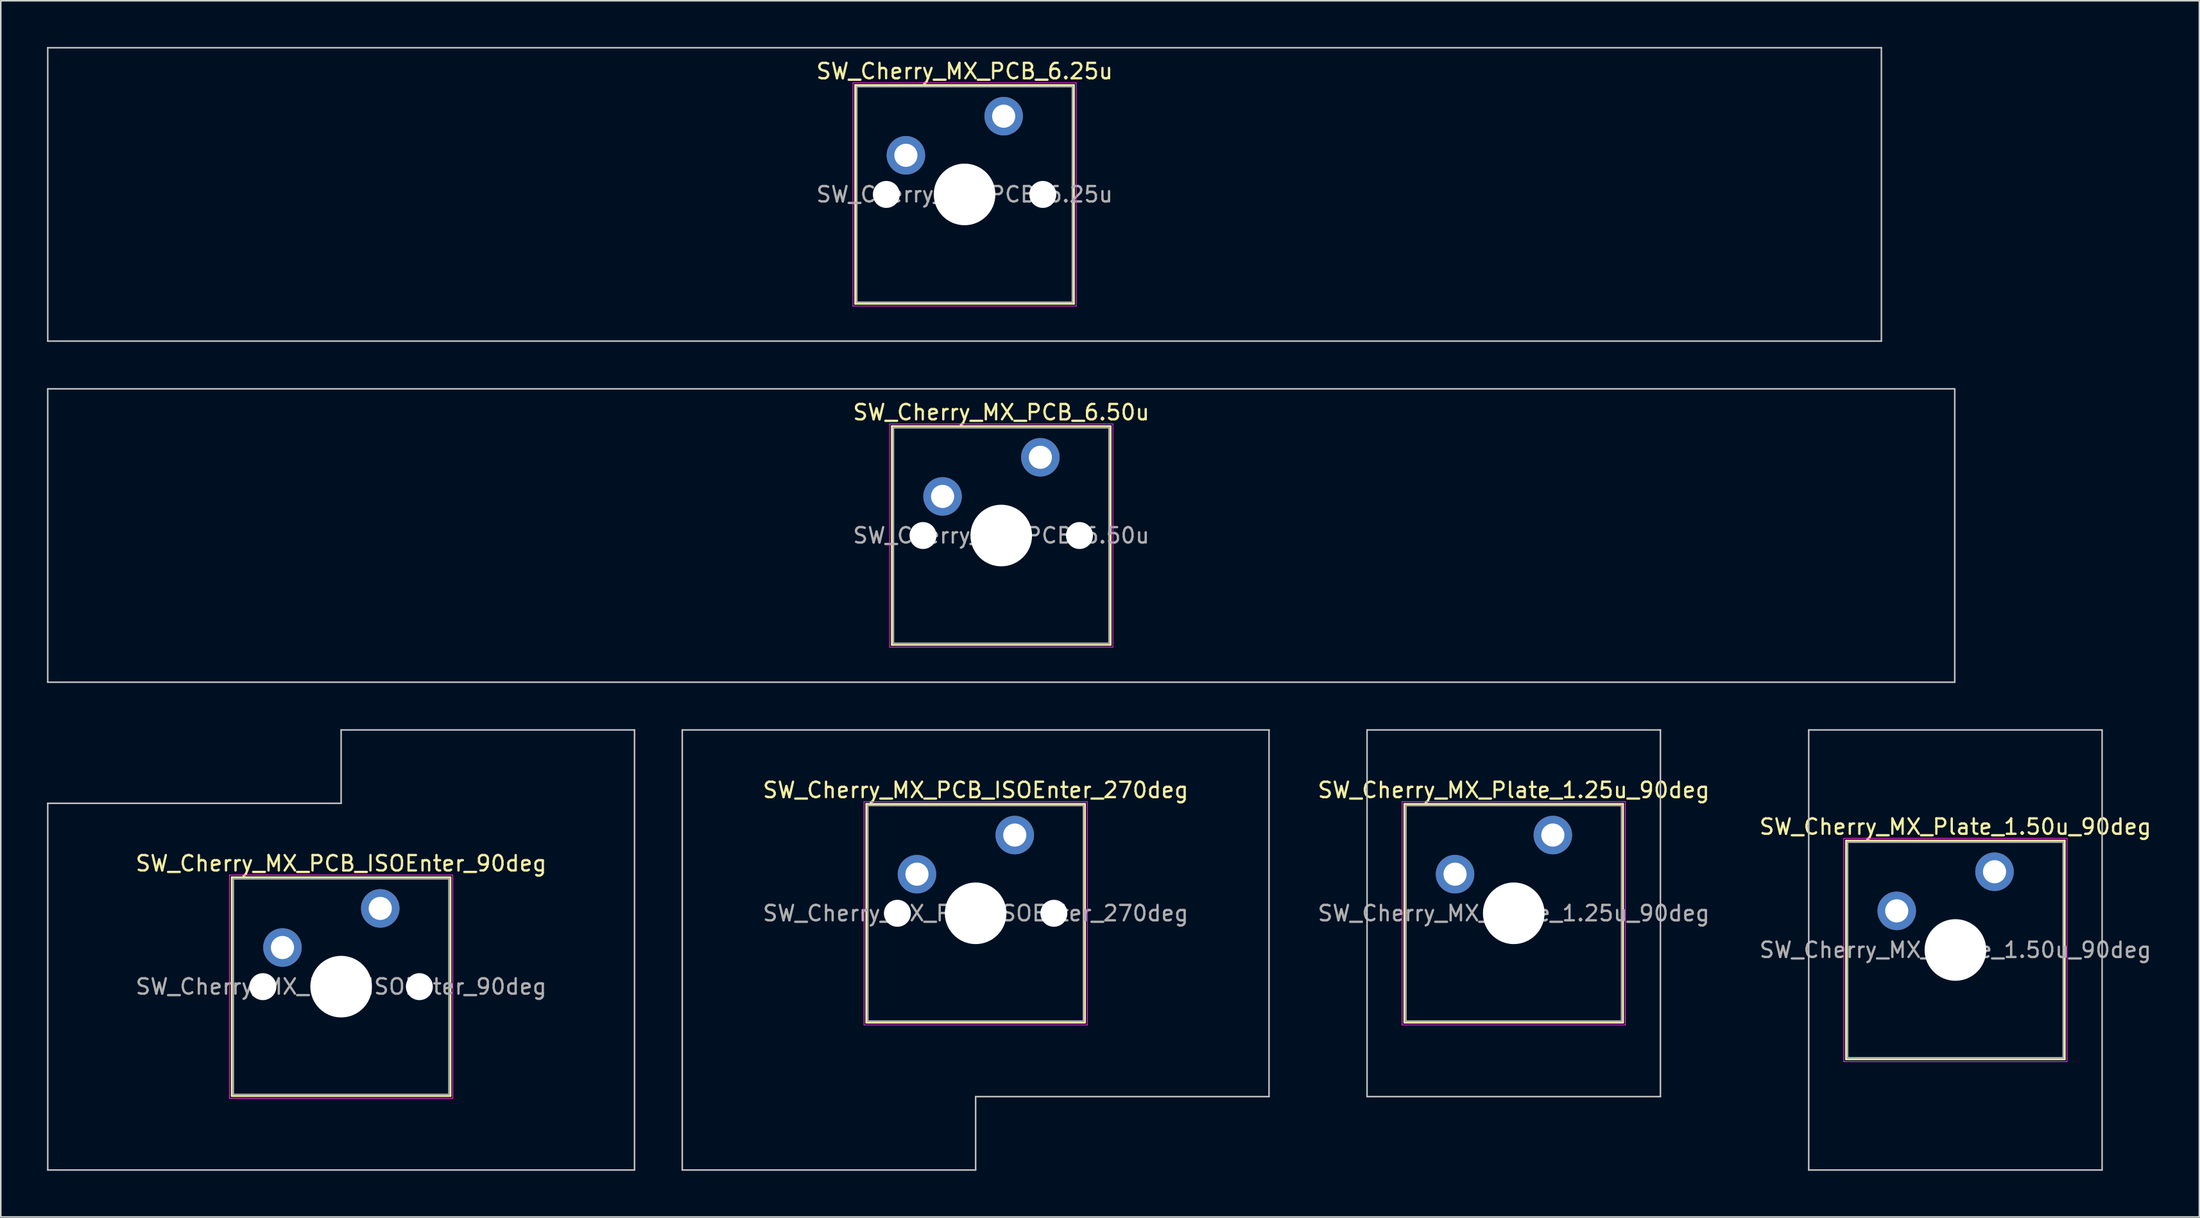
<source format=kicad_pcb>
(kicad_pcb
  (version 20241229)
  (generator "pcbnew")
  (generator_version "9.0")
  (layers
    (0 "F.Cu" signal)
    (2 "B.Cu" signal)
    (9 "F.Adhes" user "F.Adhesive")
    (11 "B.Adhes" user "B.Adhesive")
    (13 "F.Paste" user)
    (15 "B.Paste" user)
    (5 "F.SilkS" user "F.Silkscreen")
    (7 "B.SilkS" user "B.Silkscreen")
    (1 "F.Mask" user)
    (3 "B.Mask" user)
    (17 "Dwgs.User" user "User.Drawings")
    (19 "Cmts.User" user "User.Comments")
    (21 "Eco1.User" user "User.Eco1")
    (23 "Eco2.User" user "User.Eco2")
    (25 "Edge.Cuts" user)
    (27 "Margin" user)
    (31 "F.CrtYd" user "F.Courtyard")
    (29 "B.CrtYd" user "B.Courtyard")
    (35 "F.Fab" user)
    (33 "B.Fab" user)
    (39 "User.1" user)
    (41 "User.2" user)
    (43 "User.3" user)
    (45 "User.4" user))
  (footprint "SW_Cherry_MX_Plate_1.50u_90deg"
    (layer "F.Cu")
    (at 123.918 58.638)
    (property "Reference" "SW_Cherry_MX_Plate_1.50u_90deg" (at 0 -8 0) (layer "F.SilkS") (effects (font (size 1 1) (thickness 0.15))))
    (attr through_hole)
    (fp_line (start -7.1 -7.1) (end -7.1 7.1) (stroke (width 0.12) (type solid)) (layer "F.SilkS"))
    (fp_line (start -7.1 7.1) (end 7.1 7.1) (stroke (width 0.12) (type solid)) (layer "F.SilkS"))
    (fp_line (start 7.1 -7.1) (end -7.1 -7.1) (stroke (width 0.12) (type solid)) (layer "F.SilkS"))
    (fp_line (start 7.1 7.1) (end 7.1 -7.1) (stroke (width 0.12) (type solid)) (layer "F.SilkS"))
    (fp_line (start -9.525 -14.287) (end 9.525 -14.287) (stroke (width 0.1) (type solid)) (layer "Dwgs.User"))
    (fp_line (start -9.525 14.287) (end -9.525 -14.287) (stroke (width 0.1) (type solid)) (layer "Dwgs.User"))
    (fp_line (start 9.525 -14.287) (end 9.525 14.287) (stroke (width 0.1) (type solid)) (layer "Dwgs.User"))
    (fp_line (start 9.525 14.287) (end -9.525 14.287) (stroke (width 0.1) (type solid)) (layer "Dwgs.User"))
    (fp_line (start -7 -7) (end -7 7) (stroke (width 0.1) (type solid)) (layer "Eco1.User"))
    (fp_line (start -7 7) (end 7 7) (stroke (width 0.1) (type solid)) (layer "Eco1.User"))
    (fp_line (start 7 -7) (end -7 -7) (stroke (width 0.1) (type solid)) (layer "Eco1.User"))
    (fp_line (start 7 7) (end 7 -7) (stroke (width 0.1) (type solid)) (layer "Eco1.User"))
    (fp_line (start -7.25 -7.25) (end -7.25 7.25) (stroke (width 0.05) (type solid)) (layer "F.CrtYd"))
    (fp_line (start -7.25 7.25) (end 7.25 7.25) (stroke (width 0.05) (type solid)) (layer "F.CrtYd"))
    (fp_line (start 7.25 -7.25) (end -7.25 -7.25) (stroke (width 0.05) (type solid)) (layer "F.CrtYd"))
    (fp_line (start 7.25 7.25) (end 7.25 -7.25) (stroke (width 0.05) (type solid)) (layer "F.CrtYd"))
    (fp_line (start -7 -7) (end -7 7) (stroke (width 0.1) (type solid)) (layer "F.Fab"))
    (fp_line (start -7 7) (end 7 7) (stroke (width 0.1) (type solid)) (layer "F.Fab"))
    (fp_line (start 7 -7) (end -7 -7) (stroke (width 0.1) (type solid)) (layer "F.Fab"))
    (fp_line (start 7 7) (end 7 -7) (stroke (width 0.1) (type solid)) (layer "F.Fab"))
    (fp_text user "${REFERENCE}" (at 0 0 0) (layer "F.Fab") (effects (font (size 1 1) (thickness 0.15))))
    (pad "" smd circle (at -3.81 -2.54) (size 1.55 1.55) (layers "F.Mask"))
    (pad "" np_thru_hole circle (at 0 0) (size 4 4) (drill 4) (layers "*.Cu" "*.Mask"))
    (pad "" smd circle (at 2.54 -5.08) (size 1.55 1.55) (layers "F.Mask"))
    (pad "1" thru_hole circle (at -3.81 -2.54) (size 2.5 2.5) (drill 1.5) (layers "*.Cu" "B.Mask"))
    (pad "2" thru_hole circle (at 2.54 -5.08) (size 2.5 2.5) (drill 1.5) (layers "*.Cu" "B.Mask")))
  (footprint "SW_Cherry_MX_PCB_ISOEnter_270deg"
    (layer "F.Cu")
    (at 60.3 56.256)
    (property "Reference" "SW_Cherry_MX_PCB_ISOEnter_270deg" (at 0 -8 0) (layer "F.SilkS") (effects (font (size 1 1) (thickness 0.15))))
    (attr through_hole)
    (fp_line (start -7.1 -7.1) (end -7.1 7.1) (stroke (width 0.12) (type solid)) (layer "F.SilkS"))
    (fp_line (start -7.1 7.1) (end 7.1 7.1) (stroke (width 0.12) (type solid)) (layer "F.SilkS"))
    (fp_line (start 7.1 -7.1) (end -7.1 -7.1) (stroke (width 0.12) (type solid)) (layer "F.SilkS"))
    (fp_line (start 7.1 7.1) (end 7.1 -7.1) (stroke (width 0.12) (type solid)) (layer "F.SilkS"))
    (fp_line (start -19.05 -11.906) (end -19.05 16.669) (stroke (width 0.1) (type solid)) (layer "Dwgs.User"))
    (fp_line (start -19.05 16.669) (end 0 16.669) (stroke (width 0.1) (type solid)) (layer "Dwgs.User"))
    (fp_line (start 0 11.906) (end 19.05 11.906) (stroke (width 0.1) (type solid)) (layer "Dwgs.User"))
    (fp_line (start 0 16.669) (end 0 11.906) (stroke (width 0.1) (type solid)) (layer "Dwgs.User"))
    (fp_line (start 19.05 -11.906) (end -19.05 -11.906) (stroke (width 0.1) (type solid)) (layer "Dwgs.User"))
    (fp_line (start 19.05 11.906) (end 19.05 -11.906) (stroke (width 0.1) (type solid)) (layer "Dwgs.User"))
    (fp_line (start -7 -7) (end -7 7) (stroke (width 0.1) (type solid)) (layer "Eco1.User"))
    (fp_line (start -7 7) (end 7 7) (stroke (width 0.1) (type solid)) (layer "Eco1.User"))
    (fp_line (start 7 -7) (end -7 -7) (stroke (width 0.1) (type solid)) (layer "Eco1.User"))
    (fp_line (start 7 7) (end 7 -7) (stroke (width 0.1) (type solid)) (layer "Eco1.User"))
    (fp_line (start -7.25 -7.25) (end -7.25 7.25) (stroke (width 0.05) (type solid)) (layer "F.CrtYd"))
    (fp_line (start -7.25 7.25) (end 7.25 7.25) (stroke (width 0.05) (type solid)) (layer "F.CrtYd"))
    (fp_line (start 7.25 -7.25) (end -7.25 -7.25) (stroke (width 0.05) (type solid)) (layer "F.CrtYd"))
    (fp_line (start 7.25 7.25) (end 7.25 -7.25) (stroke (width 0.05) (type solid)) (layer "F.CrtYd"))
    (fp_line (start -7 -7) (end -7 7) (stroke (width 0.1) (type solid)) (layer "F.Fab"))
    (fp_line (start -7 7) (end 7 7) (stroke (width 0.1) (type solid)) (layer "F.Fab"))
    (fp_line (start 7 -7) (end -7 -7) (stroke (width 0.1) (type solid)) (layer "F.Fab"))
    (fp_line (start 7 7) (end 7 -7) (stroke (width 0.1) (type solid)) (layer "F.Fab"))
    (fp_text user "${REFERENCE}" (at 0 0 0) (layer "F.Fab") (effects (font (size 1 1) (thickness 0.15))))
    (pad "" np_thru_hole circle (at -5.08 0) (size 1.75 1.75) (drill 1.75) (layers "*.Cu" "*.Mask"))
    (pad "" smd circle (at -3.81 -2.54) (size 1.55 1.55) (layers "F.Mask"))
    (pad "" np_thru_hole circle (at 0 0) (size 4 4) (drill 4) (layers "*.Cu" "*.Mask"))
    (pad "" smd circle (at 2.54 -5.08) (size 1.55 1.55) (layers "F.Mask"))
    (pad "" np_thru_hole circle (at 5.08 0) (size 1.75 1.75) (drill 1.75) (layers "*.Cu" "*.Mask"))
    (pad "1" thru_hole circle (at -3.81 -2.54) (size 2.5 2.5) (drill 1.5) (layers "*.Cu" "B.Mask"))
    (pad "2" thru_hole circle (at 2.54 -5.08) (size 2.5 2.5) (drill 1.5) (layers "*.Cu" "B.Mask")))
  (footprint "SW_Cherry_MX_PCB_6.50u"
    (layer "F.Cu")
    (at 61.962 31.725)
    (property "Reference" "SW_Cherry_MX_PCB_6.50u" (at 0 -8 0) (layer "F.SilkS") (effects (font (size 1 1) (thickness 0.15))))
    (attr through_hole)
    (fp_line (start -7.1 -7.1) (end -7.1 7.1) (stroke (width 0.12) (type solid)) (layer "F.SilkS"))
    (fp_line (start -7.1 7.1) (end 7.1 7.1) (stroke (width 0.12) (type solid)) (layer "F.SilkS"))
    (fp_line (start 7.1 -7.1) (end -7.1 -7.1) (stroke (width 0.12) (type solid)) (layer "F.SilkS"))
    (fp_line (start 7.1 7.1) (end 7.1 -7.1) (stroke (width 0.12) (type solid)) (layer "F.SilkS"))
    (fp_line (start -61.913 -9.525) (end -61.913 9.525) (stroke (width 0.1) (type solid)) (layer "Dwgs.User"))
    (fp_line (start -61.913 9.525) (end 61.913 9.525) (stroke (width 0.1) (type solid)) (layer "Dwgs.User"))
    (fp_line (start 61.913 -9.525) (end -61.913 -9.525) (stroke (width 0.1) (type solid)) (layer "Dwgs.User"))
    (fp_line (start 61.913 9.525) (end 61.913 -9.525) (stroke (width 0.1) (type solid)) (layer "Dwgs.User"))
    (fp_line (start -7 -7) (end -7 7) (stroke (width 0.1) (type solid)) (layer "Eco1.User"))
    (fp_line (start -7 7) (end 7 7) (stroke (width 0.1) (type solid)) (layer "Eco1.User"))
    (fp_line (start 7 -7) (end -7 -7) (stroke (width 0.1) (type solid)) (layer "Eco1.User"))
    (fp_line (start 7 7) (end 7 -7) (stroke (width 0.1) (type solid)) (layer "Eco1.User"))
    (fp_line (start -7.25 -7.25) (end -7.25 7.25) (stroke (width 0.05) (type solid)) (layer "F.CrtYd"))
    (fp_line (start -7.25 7.25) (end 7.25 7.25) (stroke (width 0.05) (type solid)) (layer "F.CrtYd"))
    (fp_line (start 7.25 -7.25) (end -7.25 -7.25) (stroke (width 0.05) (type solid)) (layer "F.CrtYd"))
    (fp_line (start 7.25 7.25) (end 7.25 -7.25) (stroke (width 0.05) (type solid)) (layer "F.CrtYd"))
    (fp_line (start -7 -7) (end -7 7) (stroke (width 0.1) (type solid)) (layer "F.Fab"))
    (fp_line (start -7 7) (end 7 7) (stroke (width 0.1) (type solid)) (layer "F.Fab"))
    (fp_line (start 7 -7) (end -7 -7) (stroke (width 0.1) (type solid)) (layer "F.Fab"))
    (fp_line (start 7 7) (end 7 -7) (stroke (width 0.1) (type solid)) (layer "F.Fab"))
    (fp_text user "${REFERENCE}" (at 0 0 0) (layer "F.Fab") (effects (font (size 1 1) (thickness 0.15))))
    (pad "" np_thru_hole circle (at -5.08 0) (size 1.75 1.75) (drill 1.75) (layers "*.Cu" "*.Mask"))
    (pad "" smd circle (at -3.81 -2.54) (size 1.55 1.55) (layers "F.Mask"))
    (pad "" np_thru_hole circle (at 0 0) (size 4 4) (drill 4) (layers "*.Cu" "*.Mask"))
    (pad "" smd circle (at 2.54 -5.08) (size 1.55 1.55) (layers "F.Mask"))
    (pad "" np_thru_hole circle (at 5.08 0) (size 1.75 1.75) (drill 1.75) (layers "*.Cu" "*.Mask"))
    (pad "1" thru_hole circle (at -3.81 -2.54) (size 2.5 2.5) (drill 1.5) (layers "*.Cu" "B.Mask"))
    (pad "2" thru_hole circle (at 2.54 -5.08) (size 2.5 2.5) (drill 1.5) (layers "*.Cu" "B.Mask")))
  (footprint "SW_Cherry_MX_PCB_ISOEnter_90deg"
    (layer "F.Cu")
    (at 19.1 61.019)
    (property "Reference" "SW_Cherry_MX_PCB_ISOEnter_90deg" (at 0 -8 0) (layer "F.SilkS") (effects (font (size 1 1) (thickness 0.15))))
    (attr through_hole)
    (fp_line (start -7.1 -7.1) (end -7.1 7.1) (stroke (width 0.12) (type solid)) (layer "F.SilkS"))
    (fp_line (start -7.1 7.1) (end 7.1 7.1) (stroke (width 0.12) (type solid)) (layer "F.SilkS"))
    (fp_line (start 7.1 -7.1) (end -7.1 -7.1) (stroke (width 0.12) (type solid)) (layer "F.SilkS"))
    (fp_line (start 7.1 7.1) (end 7.1 -7.1) (stroke (width 0.12) (type solid)) (layer "F.SilkS"))
    (fp_line (start -19.05 -11.906) (end -19.05 11.906) (stroke (width 0.1) (type solid)) (layer "Dwgs.User"))
    (fp_line (start -19.05 11.906) (end 19.05 11.906) (stroke (width 0.1) (type solid)) (layer "Dwgs.User"))
    (fp_line (start 0 -16.669) (end 0 -11.906) (stroke (width 0.1) (type solid)) (layer "Dwgs.User"))
    (fp_line (start 0 -11.906) (end -19.05 -11.906) (stroke (width 0.1) (type solid)) (layer "Dwgs.User"))
    (fp_line (start 19.05 -16.669) (end 0 -16.669) (stroke (width 0.1) (type solid)) (layer "Dwgs.User"))
    (fp_line (start 19.05 11.906) (end 19.05 -16.669) (stroke (width 0.1) (type solid)) (layer "Dwgs.User"))
    (fp_line (start -7 -7) (end -7 7) (stroke (width 0.1) (type solid)) (layer "Eco1.User"))
    (fp_line (start -7 7) (end 7 7) (stroke (width 0.1) (type solid)) (layer "Eco1.User"))
    (fp_line (start 7 -7) (end -7 -7) (stroke (width 0.1) (type solid)) (layer "Eco1.User"))
    (fp_line (start 7 7) (end 7 -7) (stroke (width 0.1) (type solid)) (layer "Eco1.User"))
    (fp_line (start -7.25 -7.25) (end -7.25 7.25) (stroke (width 0.05) (type solid)) (layer "F.CrtYd"))
    (fp_line (start -7.25 7.25) (end 7.25 7.25) (stroke (width 0.05) (type solid)) (layer "F.CrtYd"))
    (fp_line (start 7.25 -7.25) (end -7.25 -7.25) (stroke (width 0.05) (type solid)) (layer "F.CrtYd"))
    (fp_line (start 7.25 7.25) (end 7.25 -7.25) (stroke (width 0.05) (type solid)) (layer "F.CrtYd"))
    (fp_line (start -7 -7) (end -7 7) (stroke (width 0.1) (type solid)) (layer "F.Fab"))
    (fp_line (start -7 7) (end 7 7) (stroke (width 0.1) (type solid)) (layer "F.Fab"))
    (fp_line (start 7 -7) (end -7 -7) (stroke (width 0.1) (type solid)) (layer "F.Fab"))
    (fp_line (start 7 7) (end 7 -7) (stroke (width 0.1) (type solid)) (layer "F.Fab"))
    (fp_text user "${REFERENCE}" (at 0 0 0) (layer "F.Fab") (effects (font (size 1 1) (thickness 0.15))))
    (pad "" np_thru_hole circle (at -5.08 0) (size 1.75 1.75) (drill 1.75) (layers "*.Cu" "*.Mask"))
    (pad "" smd circle (at -3.81 -2.54) (size 1.55 1.55) (layers "F.Mask"))
    (pad "" np_thru_hole circle (at 0 0) (size 4 4) (drill 4) (layers "*.Cu" "*.Mask"))
    (pad "" smd circle (at 2.54 -5.08) (size 1.55 1.55) (layers "F.Mask"))
    (pad "" np_thru_hole circle (at 5.08 0) (size 1.75 1.75) (drill 1.75) (layers "*.Cu" "*.Mask"))
    (pad "1" thru_hole circle (at -3.81 -2.54) (size 2.5 2.5) (drill 1.5) (layers "*.Cu" "B.Mask"))
    (pad "2" thru_hole circle (at 2.54 -5.08) (size 2.5 2.5) (drill 1.5) (layers "*.Cu" "B.Mask")))
  (footprint "SW_Cherry_MX_PCB_6.25u"
    (layer "F.Cu")
    (at 59.581 9.575)
    (property "Reference" "SW_Cherry_MX_PCB_6.25u" (at 0 -8 0) (layer "F.SilkS") (effects (font (size 1 1) (thickness 0.15))))
    (attr through_hole)
    (fp_line (start -7.1 -7.1) (end -7.1 7.1) (stroke (width 0.12) (type solid)) (layer "F.SilkS"))
    (fp_line (start -7.1 7.1) (end 7.1 7.1) (stroke (width 0.12) (type solid)) (layer "F.SilkS"))
    (fp_line (start 7.1 -7.1) (end -7.1 -7.1) (stroke (width 0.12) (type solid)) (layer "F.SilkS"))
    (fp_line (start 7.1 7.1) (end 7.1 -7.1) (stroke (width 0.12) (type solid)) (layer "F.SilkS"))
    (fp_line (start -59.531 -9.525) (end -59.531 9.525) (stroke (width 0.1) (type solid)) (layer "Dwgs.User"))
    (fp_line (start -59.531 9.525) (end 59.531 9.525) (stroke (width 0.1) (type solid)) (layer "Dwgs.User"))
    (fp_line (start 59.531 -9.525) (end -59.531 -9.525) (stroke (width 0.1) (type solid)) (layer "Dwgs.User"))
    (fp_line (start 59.531 9.525) (end 59.531 -9.525) (stroke (width 0.1) (type solid)) (layer "Dwgs.User"))
    (fp_line (start -7 -7) (end -7 7) (stroke (width 0.1) (type solid)) (layer "Eco1.User"))
    (fp_line (start -7 7) (end 7 7) (stroke (width 0.1) (type solid)) (layer "Eco1.User"))
    (fp_line (start 7 -7) (end -7 -7) (stroke (width 0.1) (type solid)) (layer "Eco1.User"))
    (fp_line (start 7 7) (end 7 -7) (stroke (width 0.1) (type solid)) (layer "Eco1.User"))
    (fp_line (start -7.25 -7.25) (end -7.25 7.25) (stroke (width 0.05) (type solid)) (layer "F.CrtYd"))
    (fp_line (start -7.25 7.25) (end 7.25 7.25) (stroke (width 0.05) (type solid)) (layer "F.CrtYd"))
    (fp_line (start 7.25 -7.25) (end -7.25 -7.25) (stroke (width 0.05) (type solid)) (layer "F.CrtYd"))
    (fp_line (start 7.25 7.25) (end 7.25 -7.25) (stroke (width 0.05) (type solid)) (layer "F.CrtYd"))
    (fp_line (start -7 -7) (end -7 7) (stroke (width 0.1) (type solid)) (layer "F.Fab"))
    (fp_line (start -7 7) (end 7 7) (stroke (width 0.1) (type solid)) (layer "F.Fab"))
    (fp_line (start 7 -7) (end -7 -7) (stroke (width 0.1) (type solid)) (layer "F.Fab"))
    (fp_line (start 7 7) (end 7 -7) (stroke (width 0.1) (type solid)) (layer "F.Fab"))
    (fp_text user "${REFERENCE}" (at 0 0 0) (layer "F.Fab") (effects (font (size 1 1) (thickness 0.15))))
    (pad "" np_thru_hole circle (at -5.08 0) (size 1.75 1.75) (drill 1.75) (layers "*.Cu" "*.Mask"))
    (pad "" smd circle (at -3.81 -2.54) (size 1.55 1.55) (layers "F.Mask"))
    (pad "" np_thru_hole circle (at 0 0) (size 4 4) (drill 4) (layers "*.Cu" "*.Mask"))
    (pad "" smd circle (at 2.54 -5.08) (size 1.55 1.55) (layers "F.Mask"))
    (pad "" np_thru_hole circle (at 5.08 0) (size 1.75 1.75) (drill 1.75) (layers "*.Cu" "*.Mask"))
    (pad "1" thru_hole circle (at -3.81 -2.54) (size 2.5 2.5) (drill 1.5) (layers "*.Cu" "B.Mask"))
    (pad "2" thru_hole circle (at 2.54 -5.08) (size 2.5 2.5) (drill 1.5) (layers "*.Cu" "B.Mask")))
  (footprint "SW_Cherry_MX_Plate_1.25u_90deg"
    (layer "F.Cu")
    (at 95.239 56.256)
    (property "Reference" "SW_Cherry_MX_Plate_1.25u_90deg" (at 0 -8 0) (layer "F.SilkS") (effects (font (size 1 1) (thickness 0.15))))
    (attr through_hole)
    (fp_line (start -7.1 -7.1) (end -7.1 7.1) (stroke (width 0.12) (type solid)) (layer "F.SilkS"))
    (fp_line (start -7.1 7.1) (end 7.1 7.1) (stroke (width 0.12) (type solid)) (layer "F.SilkS"))
    (fp_line (start 7.1 -7.1) (end -7.1 -7.1) (stroke (width 0.12) (type solid)) (layer "F.SilkS"))
    (fp_line (start 7.1 7.1) (end 7.1 -7.1) (stroke (width 0.12) (type solid)) (layer "F.SilkS"))
    (fp_line (start -9.525 -11.906) (end 9.525 -11.906) (stroke (width 0.1) (type solid)) (layer "Dwgs.User"))
    (fp_line (start -9.525 11.906) (end -9.525 -11.906) (stroke (width 0.1) (type solid)) (layer "Dwgs.User"))
    (fp_line (start 9.525 -11.906) (end 9.525 11.906) (stroke (width 0.1) (type solid)) (layer "Dwgs.User"))
    (fp_line (start 9.525 11.906) (end -9.525 11.906) (stroke (width 0.1) (type solid)) (layer "Dwgs.User"))
    (fp_line (start -7 -7) (end -7 7) (stroke (width 0.1) (type solid)) (layer "Eco1.User"))
    (fp_line (start -7 7) (end 7 7) (stroke (width 0.1) (type solid)) (layer "Eco1.User"))
    (fp_line (start 7 -7) (end -7 -7) (stroke (width 0.1) (type solid)) (layer "Eco1.User"))
    (fp_line (start 7 7) (end 7 -7) (stroke (width 0.1) (type solid)) (layer "Eco1.User"))
    (fp_line (start -7.25 -7.25) (end -7.25 7.25) (stroke (width 0.05) (type solid)) (layer "F.CrtYd"))
    (fp_line (start -7.25 7.25) (end 7.25 7.25) (stroke (width 0.05) (type solid)) (layer "F.CrtYd"))
    (fp_line (start 7.25 -7.25) (end -7.25 -7.25) (stroke (width 0.05) (type solid)) (layer "F.CrtYd"))
    (fp_line (start 7.25 7.25) (end 7.25 -7.25) (stroke (width 0.05) (type solid)) (layer "F.CrtYd"))
    (fp_line (start -7 -7) (end -7 7) (stroke (width 0.1) (type solid)) (layer "F.Fab"))
    (fp_line (start -7 7) (end 7 7) (stroke (width 0.1) (type solid)) (layer "F.Fab"))
    (fp_line (start 7 -7) (end -7 -7) (stroke (width 0.1) (type solid)) (layer "F.Fab"))
    (fp_line (start 7 7) (end 7 -7) (stroke (width 0.1) (type solid)) (layer "F.Fab"))
    (fp_text user "${REFERENCE}" (at 0 0 0) (layer "F.Fab") (effects (font (size 1 1) (thickness 0.15))))
    (pad "" smd circle (at -3.81 -2.54) (size 1.55 1.55) (layers "F.Mask"))
    (pad "" np_thru_hole circle (at 0 0) (size 4 4) (drill 4) (layers "*.Cu" "*.Mask"))
    (pad "" smd circle (at 2.54 -5.08) (size 1.55 1.55) (layers "F.Mask"))
    (pad "1" thru_hole circle (at -3.81 -2.54) (size 2.5 2.5) (drill 1.5) (layers "*.Cu" "B.Mask"))
    (pad "2" thru_hole circle (at 2.54 -5.08) (size 2.5 2.5) (drill 1.5) (layers "*.Cu" "B.Mask")))
  (gr_rect
    (start -3 -3)
    (end 139.757 75.975)
    (stroke (width 0.1) (type default))
    (fill no)
    (layer "Edge.Cuts")))
</source>
